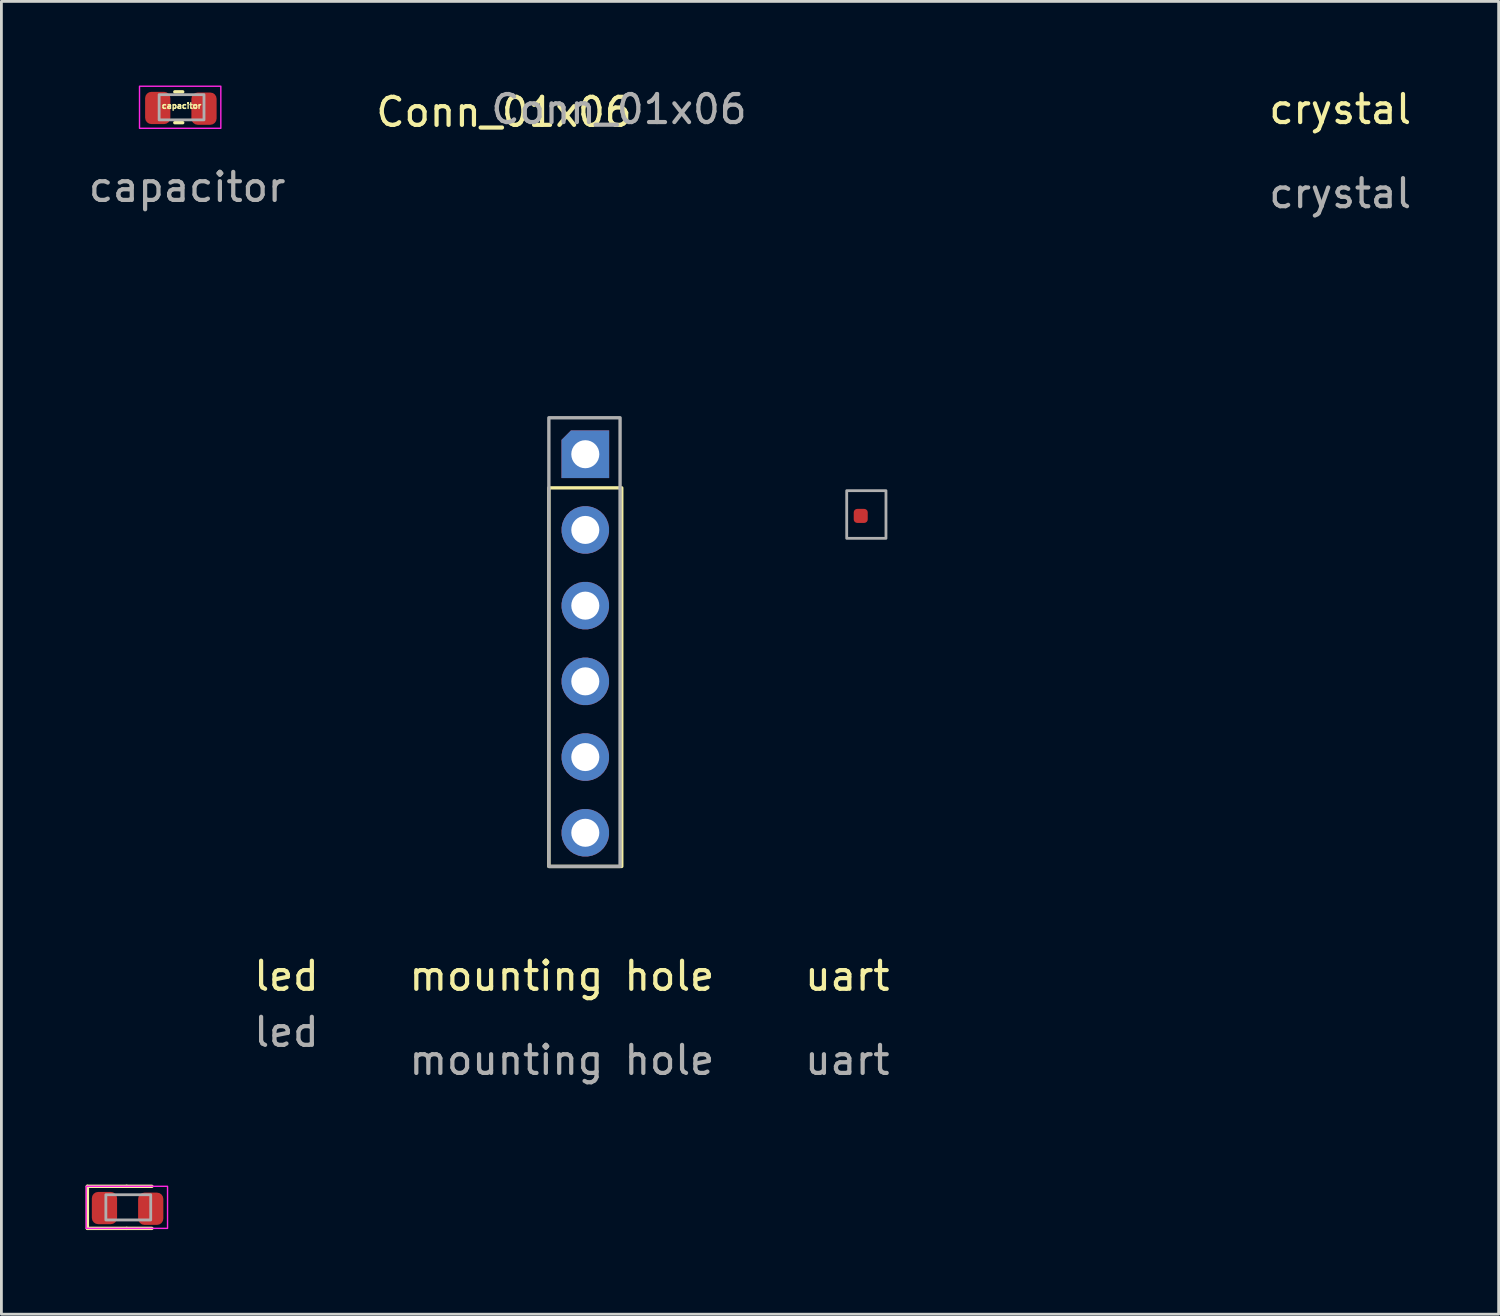
<source format=kicad_pcb>
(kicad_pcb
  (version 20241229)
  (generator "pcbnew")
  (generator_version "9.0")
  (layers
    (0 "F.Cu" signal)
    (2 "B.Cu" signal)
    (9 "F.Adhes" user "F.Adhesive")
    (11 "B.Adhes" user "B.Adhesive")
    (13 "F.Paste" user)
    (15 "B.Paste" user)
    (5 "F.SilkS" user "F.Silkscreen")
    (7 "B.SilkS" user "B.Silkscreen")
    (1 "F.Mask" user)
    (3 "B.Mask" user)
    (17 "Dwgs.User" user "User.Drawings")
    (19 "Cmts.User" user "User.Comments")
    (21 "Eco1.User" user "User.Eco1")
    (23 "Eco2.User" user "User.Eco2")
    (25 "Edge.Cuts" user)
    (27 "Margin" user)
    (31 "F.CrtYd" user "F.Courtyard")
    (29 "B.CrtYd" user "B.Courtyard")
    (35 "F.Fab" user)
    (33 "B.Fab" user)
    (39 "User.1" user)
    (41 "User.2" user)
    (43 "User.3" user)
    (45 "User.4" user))
  (footprint "mounting hole"
    (layer "F.Cu")
    (at 16.987 32.257)
    (property "Reference" "mounting hole" (at 0 -0.5 0) (unlocked yes) (layer "F.SilkS") (effects (font (size 1 1) (thickness 0.15))))
    (attr smd)
    (fp_text user "${REFERENCE}" (at 0 2.5 0) (unlocked yes) (layer "F.Fab") (effects (font (size 1 1) (thickness 0.15)))))
  (footprint "capacitor"
    (layer "F.Cu")
    (at 3.425 0.725)
    (property "Reference" "capacitor" (at 0 0 0) (unlocked yes) (layer "F.SilkS") (effects (font (size 0.2 0.2) (thickness 0.05))))
    (attr smd)
    (fp_line (start -0.241 -0.5) (end 0.041 -0.5) (stroke (width 0.12) (type solid)) (layer "F.SilkS"))
    (fp_line (start -0.241 0.6) (end 0.041 0.6) (stroke (width 0.12) (type solid)) (layer "F.SilkS"))
    (fp_rect (start -1.5 -0.7) (end 1.4 0.8) (stroke (width 0.05) (type solid)) (fill no) (layer "F.CrtYd"))
    (fp_rect (start -0.8 0.5) (end 0.8 -0.4) (stroke (width 0.1) (type solid)) (fill no) (layer "F.Fab"))
    (fp_text user "${REFERENCE}" (at 0.2 2.9 0) (unlocked yes) (layer "F.Fab") (effects (font (size 1 1) (thickness 0.15))))
    (pad "1" smd roundrect (at -0.85 0.075 90) (size 1.15 0.9) (layers "F.Cu" "F.Mask" "F.Paste") (roundrect_rratio 0.25))
    (pad "2" smd roundrect (at 0.8 0.1 90) (size 1.15 0.9) (layers "F.Cu" "F.Mask" "F.Paste") (roundrect_rratio 0.25)))
  (footprint "crystal"
    (layer "F.Cu")
    (at 26.945 16.348)
    (property "Reference" "crystal" (at 17.8 -15.5 0) (unlocked yes) (layer "F.SilkS") (effects (font (size 1 1) (thickness 0.15))))
    (attr smd)
    (fp_rect (start 0 0) (end 1.8 -2.1) (stroke (width 0.12) (type solid)) (fill no) (layer "Margin"))
    (fp_rect (start 0.2 -0.2) (end 1.6 -1.9) (stroke (width 0.1) (type solid)) (fill no) (layer "F.Fab"))
    (fp_text user "${REFERENCE}" (at 17.8 -12.5 0) (unlocked yes) (layer "F.Fab") (effects (font (size 1 1) (thickness 0.15))))
    (pad "1" smd roundrect (at 0.7 -1) (size 0.5 0.5) (layers "F.Cu" "F.Mask" "F.Paste") (roundrect_rratio 0.25)))
  (footprint "led"
    (layer "F.Cu")
    (at 1.466 39.956)
    (property "Reference" "led" (at 5.7 -8.2 0) (unlocked yes) (layer "F.SilkS") (effects (font (size 1 1) (thickness 0.15))))
    (attr smd)
    (fp_line (start -1.4 -0.7) (end -1.4 0.8) (stroke (width 0.12) (type solid)) (layer "F.SilkS"))
    (fp_line (start -1.4 0.8) (end 0 0.8) (stroke (width 0.12) (type solid)) (layer "F.SilkS"))
    (fp_line (start 0 -0.7) (end -1.4 -0.7) (stroke (width 0.12) (type solid)) (layer "F.SilkS"))
    (fp_line (start 0 0.8) (end 0.9 0.8) (stroke (width 0.12) (type solid)) (layer "F.SilkS"))
    (fp_line (start 0.9 -0.7) (end 0 -0.7) (stroke (width 0.12) (type solid)) (layer "F.SilkS"))
    (fp_rect (start -1.441 -0.7) (end 1.459 0.8) (stroke (width 0.05) (type solid)) (fill no) (layer "F.CrtYd"))
    (fp_rect (start -0.741 0.5) (end 0.859 -0.4) (stroke (width 0.1) (type solid)) (fill no) (layer "F.Fab"))
    (fp_text user "${REFERENCE}" (at 5.7 -6.2 0) (unlocked yes) (layer "F.Fab") (effects (font (size 1 1) (thickness 0.15))))
    (pad "1" smd roundrect (at -0.791 0.075 90) (size 1.15 0.9) (layers "F.Cu" "F.Mask" "F.Paste") (roundrect_rratio 0.25))
    (pad "2" smd roundrect (at 0.859 0.1 90) (size 1.15 0.9) (layers "F.Cu" "F.Mask" "F.Paste") (roundrect_rratio 0.25)))
  (footprint "uart"
    (layer "F.Cu")
    (at 27.166 32.257)
    (property "Reference" "uart" (at 0 -0.5 0) (unlocked yes) (layer "F.SilkS") (effects (font (size 1 1) (thickness 0.15))))
    (attr smd)
    (fp_text user "${REFERENCE}" (at 0 2.5 0) (unlocked yes) (layer "F.Fab") (effects (font (size 1 1) (thickness 0.15)))))
  (footprint "Conn_01x06"
    (layer "F.Cu")
    (at 16.523 11.848)
    (property "Reference" "Conn_01x06" (at -1.6 -10.9 0) (unlocked yes) (layer "F.SilkS") (effects (font (size 1 1) (thickness 0.15))))
    (attr smd)
    (fp_rect (start 2.6 16) (end 0 2.5) (stroke (width 0.12) (type solid)) (fill no) (layer "F.SilkS"))
    (fp_rect (start 0 0) (end 2.54 16) (stroke (width 0.12) (type solid)) (fill no) (layer "F.Fab"))
    (fp_text user "${REFERENCE}" (at 2.5 -11 0) (unlocked yes) (layer "F.Fab") (effects (font (size 1 1) (thickness 0.15))))
    (pad "1" thru_hole roundrect (at 1.3 1.3) (size 1.7 1.7) (drill 1) (layers "*.Cu" "*.Mask") (roundrect_rratio 0) (chamfer_ratio 0.2) (chamfer top_left))
    (pad "2" thru_hole custom (at 1.3 4) (size 1.7 1.7) (drill 1) (layers "*.Cu" "*.Mask") (options (anchor circle)) (primitives))
    (pad "3" thru_hole custom (at 1.3 6.7) (size 1.7 1.7) (drill 1) (layers "*.Cu" "*.Mask") (options (anchor circle)) (primitives))
    (pad "4" thru_hole custom (at 1.3 9.4) (size 1.7 1.7) (drill 1) (layers "*.Cu" "*.Mask") (options (anchor circle)) (primitives))
    (pad "5" thru_hole custom (at 1.3 12.1) (size 1.7 1.7) (drill 1) (layers "*.Cu" "*.Mask") (options (anchor circle)) (primitives))
    (pad "6" thru_hole custom (at 1.3 14.8) (size 1.7 1.7) (drill 1) (layers "*.Cu" "*.Mask") (options (anchor circle)) (primitives)))
  (gr_rect
    (start -3 -3)
    (end 50.394 43.816)
    (stroke (width 0.1) (type default))
    (fill no)
    (layer "Edge.Cuts")))
</source>
